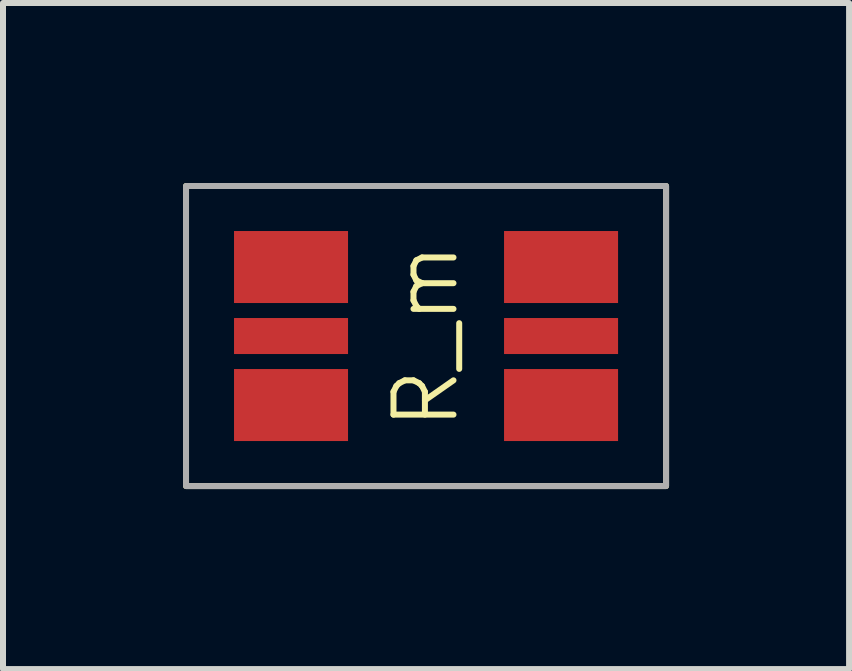
<source format=kicad_pcb>
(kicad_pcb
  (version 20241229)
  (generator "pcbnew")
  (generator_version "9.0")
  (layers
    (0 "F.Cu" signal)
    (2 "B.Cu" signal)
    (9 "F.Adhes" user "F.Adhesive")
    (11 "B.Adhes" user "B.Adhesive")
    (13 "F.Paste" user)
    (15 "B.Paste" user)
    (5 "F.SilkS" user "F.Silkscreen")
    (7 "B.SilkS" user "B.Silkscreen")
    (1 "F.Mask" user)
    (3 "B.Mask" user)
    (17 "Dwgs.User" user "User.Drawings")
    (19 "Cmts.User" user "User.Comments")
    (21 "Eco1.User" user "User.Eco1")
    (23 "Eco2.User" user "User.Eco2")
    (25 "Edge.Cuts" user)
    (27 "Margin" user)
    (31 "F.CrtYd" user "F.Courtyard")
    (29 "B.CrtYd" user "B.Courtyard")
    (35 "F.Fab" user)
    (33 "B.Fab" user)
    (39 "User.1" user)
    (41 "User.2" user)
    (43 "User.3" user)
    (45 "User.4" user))
  (footprint "R_m"
    (layer "F.Cu")
    (at 4.05 2.55)
    (property "Reference" "R_m" (at 0 0 90) (unlocked yes) (layer "F.SilkS") (effects (font (size 1 1) (thickness 0.1))))
    (attr smd)
    (fp_rect (start -4 -2.5) (end 4 2.5) (stroke (width 0.1) (type default)) (fill no) (layer "F.SilkS"))
    (fp_rect (start -4 -2.5) (end 4 2.5) (stroke (width 0.1) (type default)) (fill no) (layer "F.Fab"))
    (pad "1" smd rect (at -2.25 -1.15) (size 1.9 1.2) (layers "F.Cu" "F.Mask" "F.Paste"))
    (pad "2" smd rect (at -2.25 0) (size 1.9 0.6) (layers "F.Cu" "F.Mask" "F.Paste"))
    (pad "3" smd rect (at -2.25 1.15) (size 1.9 1.2) (layers "F.Cu" "F.Mask" "F.Paste"))
    (pad "4" smd rect (at 2.25 1.15) (size 1.9 1.2) (layers "F.Cu" "F.Mask" "F.Paste"))
    (pad "5" smd rect (at 2.25 0) (size 1.9 0.6) (layers "F.Cu" "F.Mask" "F.Paste"))
    (pad "6" smd rect (at 2.25 -1.15) (size 1.9 1.2) (layers "F.Cu" "F.Mask" "F.Paste"))
    (zone (net_name "") (layer "F.Fab") (hatch edge 0.5) (connect_pads) (min_thickness 0.25) (filled_areas_thickness no) (keepout (tracks allowed) (vias allowed) (pads not_allowed) (copperpour allowed) (footprints not_allowed)) (placement (enabled no)) (fill) (polygon (pts (xy 0.05 0.05) (xy 8.05 0.05) (xy 8.05 5.05) (xy 0.05 5.05)))))
  (gr_rect
    (start -3 -3)
    (end 11.1 8.1)
    (stroke (width 0.1) (type default))
    (fill no)
    (layer "Edge.Cuts")))
</source>
